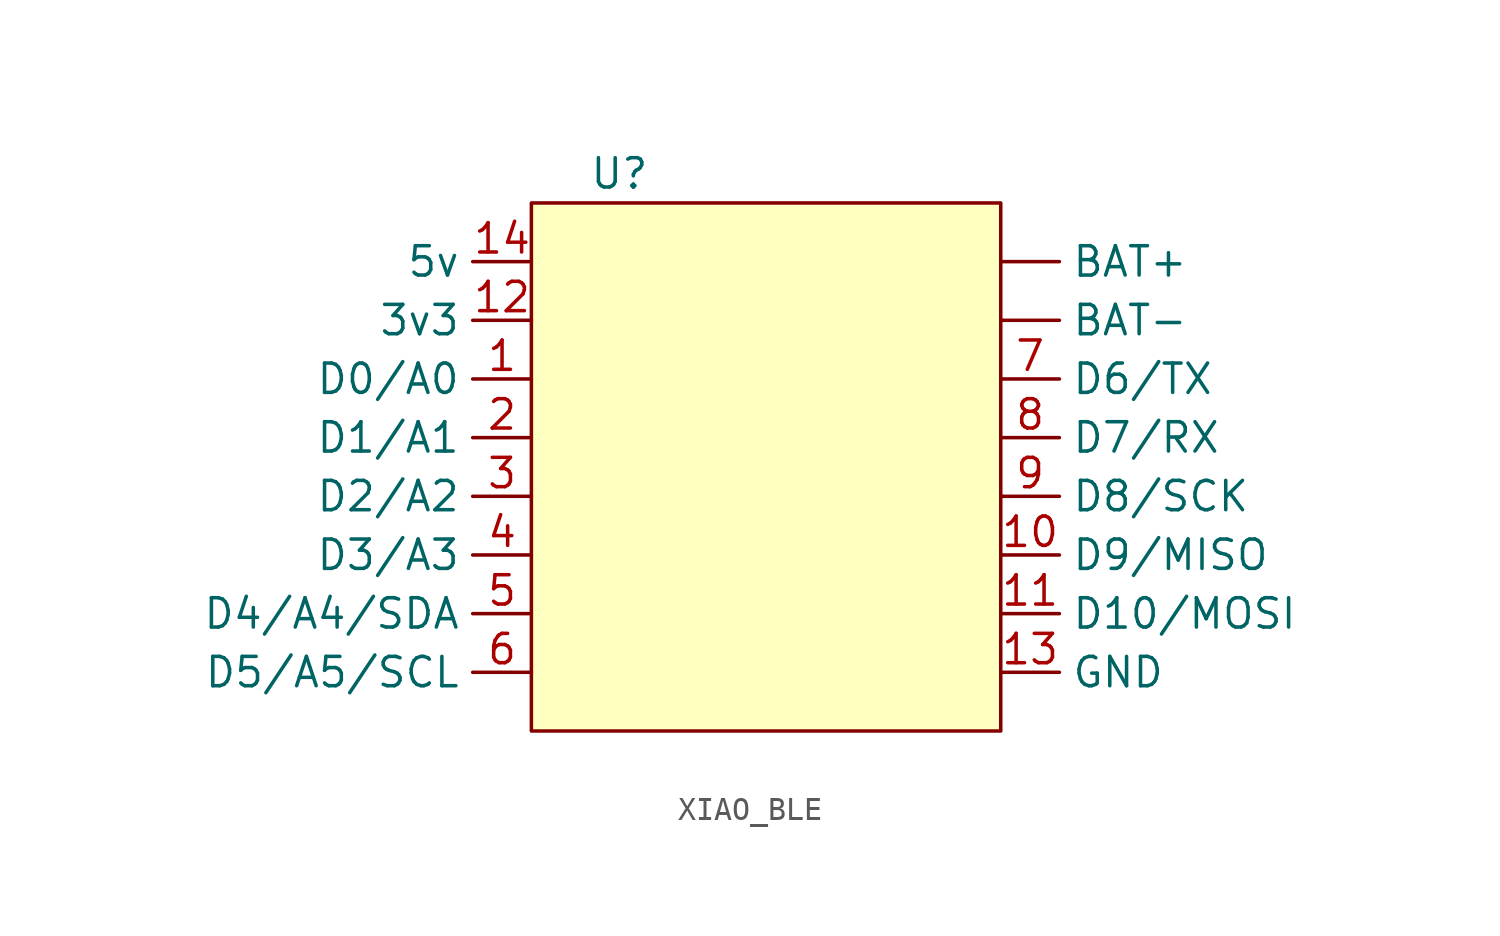
<source format=kicad_sym>
(kicad_symbol_lib
  (version 20220914)
  (generator kicad_symbol_editor)
  (symbol "XIAO_BLE"
    (property "Reference" "U"
      (at 0 0 0)
      (effects (font (size 1.27 1.27))))
    (property "Value" ""
      (at 0 0 0)
      (effects (font (size 1.27 1.27))))
    (symbol "XIAO_BLE_1_1"
      (rectangle (start -3.81 -1.27) (end 16.51 -24.13) (stroke (width 0) (type default)) (fill (type background)))
      (pin bidirectional line (at 16.51 -3.81 0) (length 2.54) (name "BAT+" (effects (font (size 1.27 1.27)))) (number "" (effects (font (size 1.27 1.27)))))
      (pin bidirectional line (at 16.51 -6.35 0) (length 2.54) (name "BAT-" (effects (font (size 1.27 1.27)))) (number "" (effects (font (size 1.27 1.27)))))
      (pin bidirectional line (at -3.81 -8.89 180) (length 2.54) (name "D0/A0" (effects (font (size 1.27 1.27)))) (number "1" (effects (font (size 1.27 1.27)))))
      (pin bidirectional line (at 16.51 -16.51 0) (length 2.54) (name "D9/MISO" (effects (font (size 1.27 1.27)))) (number "10" (effects (font (size 1.27 1.27)))))
      (pin bidirectional line (at 16.51 -19.05 0) (length 2.54) (name "D10/MOSI" (effects (font (size 1.27 1.27)))) (number "11" (effects (font (size 1.27 1.27)))))
      (pin power_in line (at -3.81 -6.35 180) (length 2.54) (name "3v3" (effects (font (size 1.27 1.27)))) (number "12" (effects (font (size 1.27 1.27)))))
      (pin power_in line (at 16.51 -21.59 0) (length 2.54) (name "GND" (effects (font (size 1.27 1.27)))) (number "13" (effects (font (size 1.27 1.27)))))
      (pin power_out line (at -3.81 -3.81 180) (length 2.54) (name "5v" (effects (font (size 1.27 1.27)))) (number "14" (effects (font (size 1.27 1.27)))))
      (pin bidirectional line (at -3.81 -11.43 180) (length 2.54) (name "D1/A1" (effects (font (size 1.27 1.27)))) (number "2" (effects (font (size 1.27 1.27)))))
      (pin bidirectional line (at -3.81 -13.97 180) (length 2.54) (name "D2/A2" (effects (font (size 1.27 1.27)))) (number "3" (effects (font (size 1.27 1.27)))))
      (pin bidirectional line (at -3.81 -16.51 180) (length 2.54) (name "D3/A3" (effects (font (size 1.27 1.27)))) (number "4" (effects (font (size 1.27 1.27)))))
      (pin bidirectional line (at -3.81 -19.05 180) (length 2.54) (name "D4/A4/SDA" (effects (font (size 1.27 1.27)))) (number "5" (effects (font (size 1.27 1.27)))))
      (pin bidirectional line (at -3.81 -21.59 180) (length 2.54) (name "D5/A5/SCL" (effects (font (size 1.27 1.27)))) (number "6" (effects (font (size 1.27 1.27)))))
      (pin bidirectional line (at 16.51 -8.89 0) (length 2.54) (name "D6/TX" (effects (font (size 1.27 1.27)))) (number "7" (effects (font (size 1.27 1.27)))))
      (pin bidirectional line (at 16.51 -11.43 0) (length 2.54) (name "D7/RX" (effects (font (size 1.27 1.27)))) (number "8" (effects (font (size 1.27 1.27)))))
      (pin bidirectional line (at 16.51 -13.97 0) (length 2.54) (name "D8/SCK" (effects (font (size 1.27 1.27)))) (number "9" (effects (font (size 1.27 1.27))))))))
</source>
